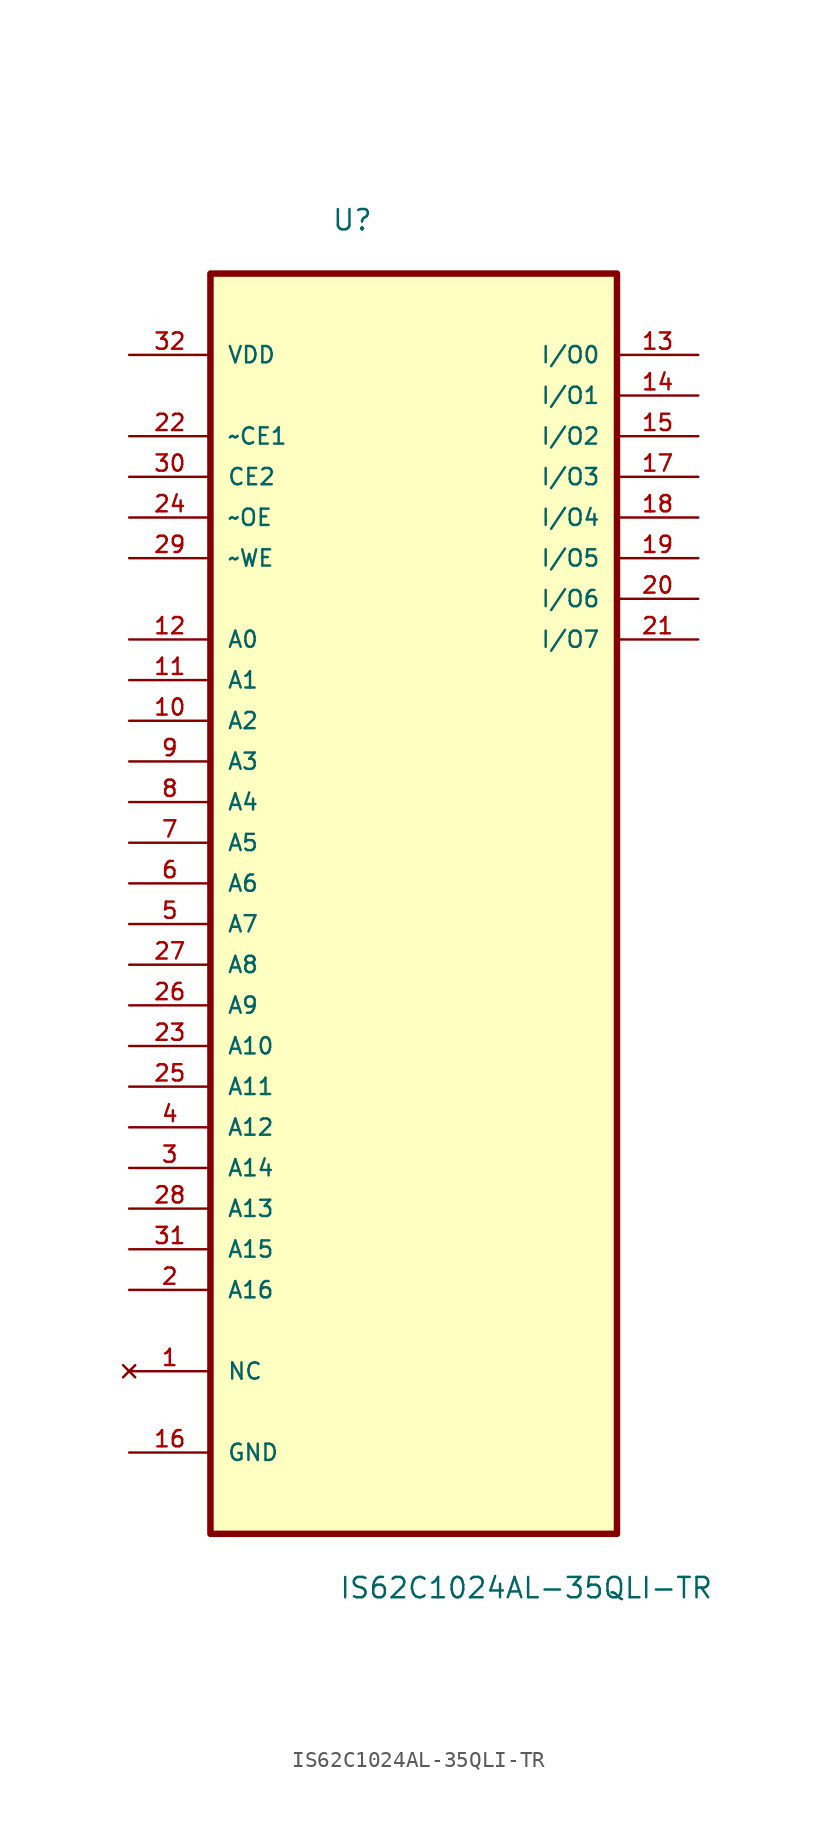
<source format=kicad_sym>
(kicad_symbol_lib
  (version 20211014)
  (generator kicad_symbol_editor)
  (symbol "IS62C1024AL-35QLI-TR"
    (pin_names
      (offset 1.016))
    (property "Reference" "U"
      (at -5.142 38.16 0.0)
      (effects (font (size 1.27 1.27)) (justify bottom left)))
    (property "Value" "IS62C1024AL-35QLI-TR"
      (at -4.685 -47.305 0.0)
      (effects (font (size 1.27 1.27)) (justify bottom left)))
    (symbol "IS62C1024AL-35QLI-TR_0_0"
      (rectangle (start -12.7 -43.18) (end 12.7 35.56) (stroke (width 0.406)) (fill (type background)))
      (pin power_in line (at -17.78 30.48 0) (length 5.08) (name "VDD" (effects (font (size 1.016 1.016)))) (number "32" (effects (font (size 1.016 1.016)))))
      (pin input line (at -17.78 25.4 0) (length 5.08) (name "~CE1" (effects (font (size 1.016 1.016)))) (number "22" (effects (font (size 1.016 1.016)))))
      (pin input line (at -17.78 22.86 0) (length 5.08) (name "CE2" (effects (font (size 1.016 1.016)))) (number "30" (effects (font (size 1.016 1.016)))))
      (pin input line (at -17.78 20.32 0) (length 5.08) (name "~OE" (effects (font (size 1.016 1.016)))) (number "24" (effects (font (size 1.016 1.016)))))
      (pin input line (at -17.78 17.78 0) (length 5.08) (name "~WE" (effects (font (size 1.016 1.016)))) (number "29" (effects (font (size 1.016 1.016)))))
      (pin input line (at -17.78 12.7 0) (length 5.08) (name "A0" (effects (font (size 1.016 1.016)))) (number "12" (effects (font (size 1.016 1.016)))))
      (pin input line (at -17.78 10.16 0) (length 5.08) (name "A1" (effects (font (size 1.016 1.016)))) (number "11" (effects (font (size 1.016 1.016)))))
      (pin input line (at -17.78 7.62 0) (length 5.08) (name "A2" (effects (font (size 1.016 1.016)))) (number "10" (effects (font (size 1.016 1.016)))))
      (pin input line (at -17.78 5.08 0) (length 5.08) (name "A3" (effects (font (size 1.016 1.016)))) (number "9" (effects (font (size 1.016 1.016)))))
      (pin input line (at -17.78 2.54 0) (length 5.08) (name "A4" (effects (font (size 1.016 1.016)))) (number "8" (effects (font (size 1.016 1.016)))))
      (pin input line (at -17.78 0.0 0) (length 5.08) (name "A5" (effects (font (size 1.016 1.016)))) (number "7" (effects (font (size 1.016 1.016)))))
      (pin input line (at -17.78 -2.54 0) (length 5.08) (name "A6" (effects (font (size 1.016 1.016)))) (number "6" (effects (font (size 1.016 1.016)))))
      (pin input line (at -17.78 -5.08 0) (length 5.08) (name "A7" (effects (font (size 1.016 1.016)))) (number "5" (effects (font (size 1.016 1.016)))))
      (pin input line (at -17.78 -7.62 0) (length 5.08) (name "A8" (effects (font (size 1.016 1.016)))) (number "27" (effects (font (size 1.016 1.016)))))
      (pin input line (at -17.78 -10.16 0) (length 5.08) (name "A9" (effects (font (size 1.016 1.016)))) (number "26" (effects (font (size 1.016 1.016)))))
      (pin input line (at -17.78 -12.7 0) (length 5.08) (name "A10" (effects (font (size 1.016 1.016)))) (number "23" (effects (font (size 1.016 1.016)))))
      (pin input line (at -17.78 -15.24 0) (length 5.08) (name "A11" (effects (font (size 1.016 1.016)))) (number "25" (effects (font (size 1.016 1.016)))))
      (pin input line (at -17.78 -17.78 0) (length 5.08) (name "A12" (effects (font (size 1.016 1.016)))) (number "4" (effects (font (size 1.016 1.016)))))
      (pin input line (at -17.78 -20.32 0) (length 5.08) (name "A14" (effects (font (size 1.016 1.016)))) (number "3" (effects (font (size 1.016 1.016)))))
      (pin input line (at -17.78 -22.86 0) (length 5.08) (name "A13" (effects (font (size 1.016 1.016)))) (number "28" (effects (font (size 1.016 1.016)))))
      (pin input line (at -17.78 -25.4 0) (length 5.08) (name "A15" (effects (font (size 1.016 1.016)))) (number "31" (effects (font (size 1.016 1.016)))))
      (pin input line (at -17.78 -27.94 0) (length 5.08) (name "A16" (effects (font (size 1.016 1.016)))) (number "2" (effects (font (size 1.016 1.016)))))
      (pin no_connect line (at -17.78 -33.02 0) (length 5.08) (name "NC" (effects (font (size 1.016 1.016)))) (number "1" (effects (font (size 1.016 1.016)))))
      (pin passive line (at -17.78 -38.1 0) (length 5.08) (name "GND" (effects (font (size 1.016 1.016)))) (number "16" (effects (font (size 1.016 1.016)))))
      (pin bidirectional line (at 17.78 30.48 180.0) (length 5.08) (name "I/O0" (effects (font (size 1.016 1.016)))) (number "13" (effects (font (size 1.016 1.016)))))
      (pin bidirectional line (at 17.78 27.94 180.0) (length 5.08) (name "I/O1" (effects (font (size 1.016 1.016)))) (number "14" (effects (font (size 1.016 1.016)))))
      (pin bidirectional line (at 17.78 25.4 180.0) (length 5.08) (name "I/O2" (effects (font (size 1.016 1.016)))) (number "15" (effects (font (size 1.016 1.016)))))
      (pin bidirectional line (at 17.78 22.86 180.0) (length 5.08) (name "I/O3" (effects (font (size 1.016 1.016)))) (number "17" (effects (font (size 1.016 1.016)))))
      (pin bidirectional line (at 17.78 20.32 180.0) (length 5.08) (name "I/O4" (effects (font (size 1.016 1.016)))) (number "18" (effects (font (size 1.016 1.016)))))
      (pin bidirectional line (at 17.78 17.78 180.0) (length 5.08) (name "I/O5" (effects (font (size 1.016 1.016)))) (number "19" (effects (font (size 1.016 1.016)))))
      (pin bidirectional line (at 17.78 15.24 180.0) (length 5.08) (name "I/O6" (effects (font (size 1.016 1.016)))) (number "20" (effects (font (size 1.016 1.016)))))
      (pin bidirectional line (at 17.78 12.7 180.0) (length 5.08) (name "I/O7" (effects (font (size 1.016 1.016)))) (number "21" (effects (font (size 1.016 1.016))))))))
</source>
